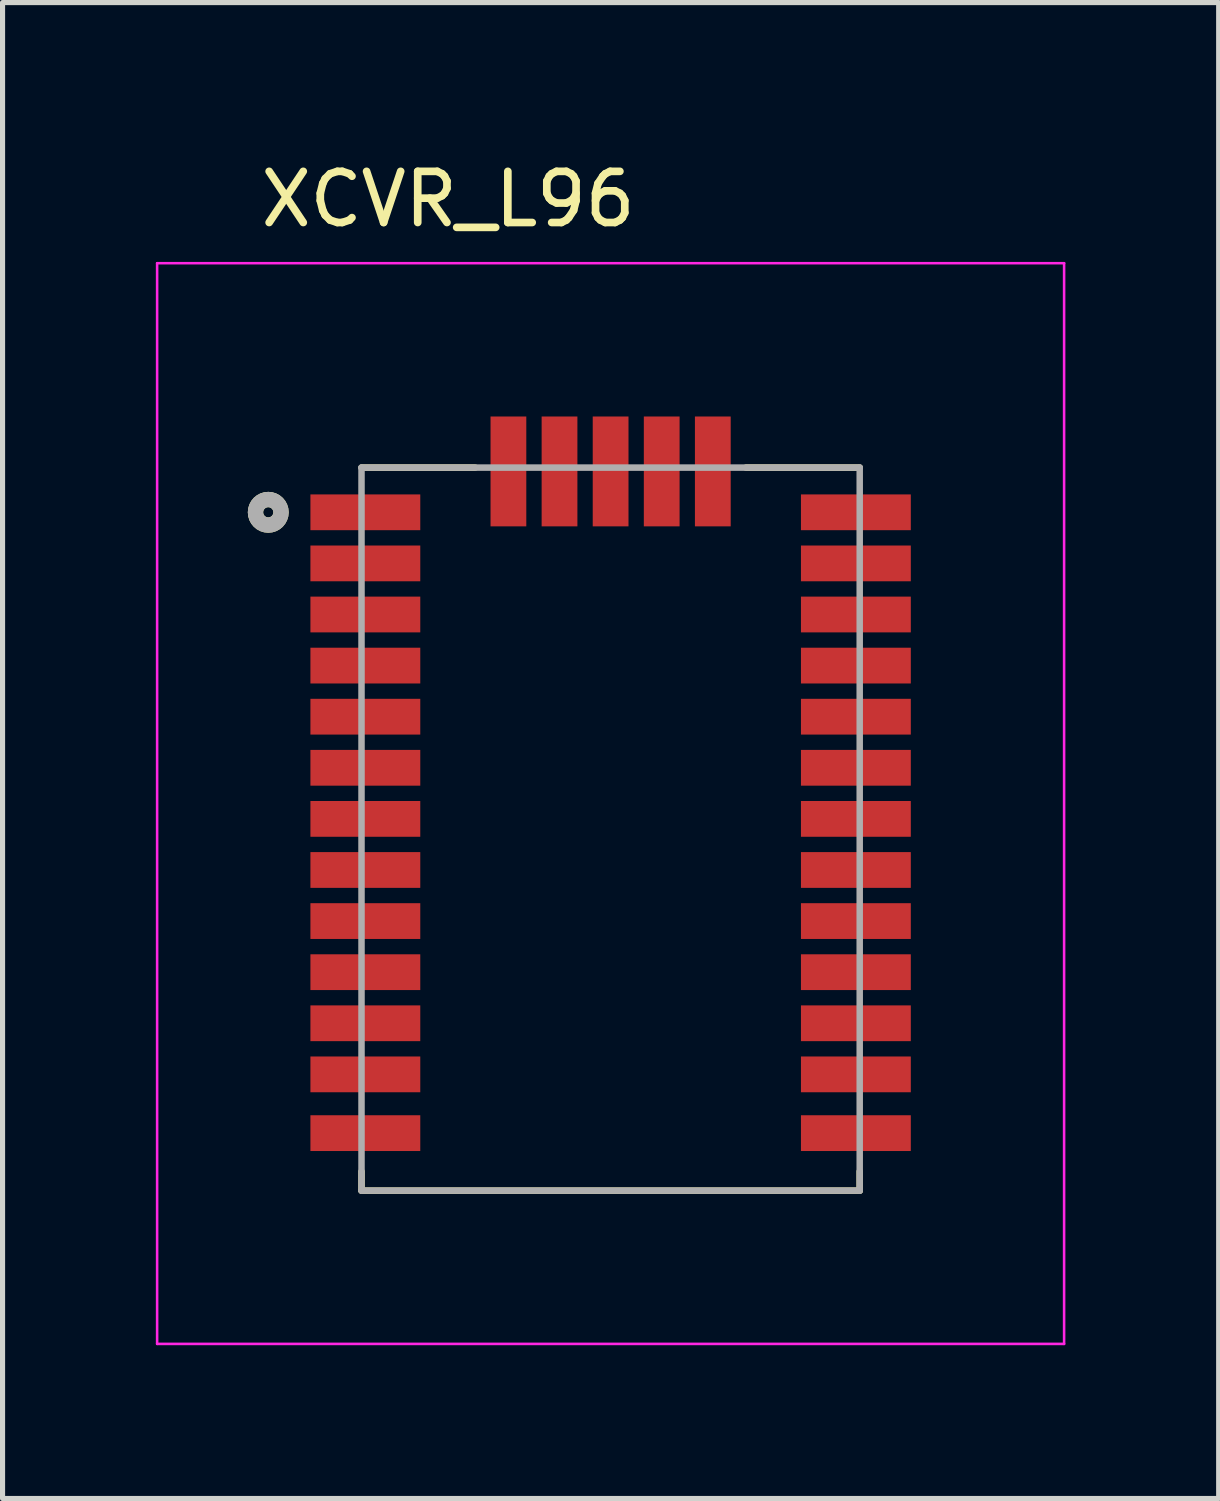
<source format=kicad_pcb>
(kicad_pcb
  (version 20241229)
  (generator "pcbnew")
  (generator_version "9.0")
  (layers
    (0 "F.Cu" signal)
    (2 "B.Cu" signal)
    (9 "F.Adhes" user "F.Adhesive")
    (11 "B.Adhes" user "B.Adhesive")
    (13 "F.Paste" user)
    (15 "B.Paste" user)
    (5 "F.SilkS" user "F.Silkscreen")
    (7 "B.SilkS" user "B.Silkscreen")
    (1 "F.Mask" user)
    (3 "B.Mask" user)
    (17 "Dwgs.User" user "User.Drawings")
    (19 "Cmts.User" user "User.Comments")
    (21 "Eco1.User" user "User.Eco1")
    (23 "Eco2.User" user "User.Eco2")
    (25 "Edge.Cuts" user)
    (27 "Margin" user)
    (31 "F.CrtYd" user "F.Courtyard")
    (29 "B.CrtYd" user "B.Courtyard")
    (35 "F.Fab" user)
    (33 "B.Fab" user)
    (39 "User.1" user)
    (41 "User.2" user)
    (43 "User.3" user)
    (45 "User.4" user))
  (footprint "XCVR_L96"
    (layer "F.Cu")
    (at 8.9 13.176)
    (property "Reference" "XCVR_L96" (at -3.179 -12.327 0) (layer "F.SilkS") (effects (font (size 1.001 1.001) (thickness 0.15))))
    (attr smd)
    (fp_line (start -4.875 -7.075) (end -2.65 -7.075) (stroke (width 0.127) (type solid)) (layer "F.SilkS"))
    (fp_line (start -4.875 6.7) (end -4.875 7.075) (stroke (width 0.127) (type solid)) (layer "F.SilkS"))
    (fp_line (start -4.875 7.075) (end 4.875 7.075) (stroke (width 0.127) (type solid)) (layer "F.SilkS"))
    (fp_line (start 2.65 -7.075) (end 4.875 -7.075) (stroke (width 0.127) (type solid)) (layer "F.SilkS"))
    (fp_line (start 4.875 7.075) (end 4.875 6.7) (stroke (width 0.127) (type solid)) (layer "F.SilkS"))
    (fp_circle (center -6.7 -6.2) (end -6.6 -6.2) (stroke (width 0.3) (type solid)) (fill no) (layer "F.SilkS"))
    (fp_poly (pts (xy -6.275 -6.55) (xy -3.825 -6.55) (xy -3.825 -5.85) (xy -6.275 -5.85)) (stroke (width 0.01) (type solid)) (fill yes) (layer "F.Paste"))
    (fp_poly (pts (xy -6.275 -5.55) (xy -3.825 -5.55) (xy -3.825 -4.85) (xy -6.275 -4.85)) (stroke (width 0.01) (type solid)) (fill yes) (layer "F.Paste"))
    (fp_poly (pts (xy -6.275 -4.55) (xy -3.825 -4.55) (xy -3.825 -3.85) (xy -6.275 -3.85)) (stroke (width 0.01) (type solid)) (fill yes) (layer "F.Paste"))
    (fp_poly (pts (xy -6.275 -3.55) (xy -3.825 -3.55) (xy -3.825 -2.85) (xy -6.275 -2.85)) (stroke (width 0.01) (type solid)) (fill yes) (layer "F.Paste"))
    (fp_poly (pts (xy -6.275 -2.55) (xy -3.825 -2.55) (xy -3.825 -1.85) (xy -6.275 -1.85)) (stroke (width 0.01) (type solid)) (fill yes) (layer "F.Paste"))
    (fp_poly (pts (xy -6.275 -1.55) (xy -3.825 -1.55) (xy -3.825 -0.85) (xy -6.275 -0.85)) (stroke (width 0.01) (type solid)) (fill yes) (layer "F.Paste"))
    (fp_poly (pts (xy -6.275 -0.55) (xy -3.825 -0.55) (xy -3.825 0.15) (xy -6.275 0.15)) (stroke (width 0.01) (type solid)) (fill yes) (layer "F.Paste"))
    (fp_poly (pts (xy -6.275 0.45) (xy -3.825 0.45) (xy -3.825 1.15) (xy -6.275 1.15)) (stroke (width 0.01) (type solid)) (fill yes) (layer "F.Paste"))
    (fp_poly (pts (xy -6.275 1.45) (xy -3.825 1.45) (xy -3.825 2.15) (xy -6.275 2.15)) (stroke (width 0.01) (type solid)) (fill yes) (layer "F.Paste"))
    (fp_poly (pts (xy -6.275 2.45) (xy -3.825 2.45) (xy -3.825 3.15) (xy -6.275 3.15)) (stroke (width 0.01) (type solid)) (fill yes) (layer "F.Paste"))
    (fp_poly (pts (xy -6.275 3.45) (xy -3.825 3.45) (xy -3.825 4.15) (xy -6.275 4.15)) (stroke (width 0.01) (type solid)) (fill yes) (layer "F.Paste"))
    (fp_poly (pts (xy -6.275 4.45) (xy -3.825 4.45) (xy -3.825 5.15) (xy -6.275 5.15)) (stroke (width 0.01) (type solid)) (fill yes) (layer "F.Paste"))
    (fp_poly (pts (xy -6.275 5.6) (xy -3.825 5.6) (xy -3.825 6.3) (xy -6.275 6.3)) (stroke (width 0.01) (type solid)) (fill yes) (layer "F.Paste"))
    (fp_poly (pts (xy -2.35 -8.475) (xy -1.65 -8.475) (xy -1.65 -6.025) (xy -2.35 -6.025)) (stroke (width 0.01) (type solid)) (fill yes) (layer "F.Paste"))
    (fp_poly (pts (xy -1.35 -8.475) (xy -0.65 -8.475) (xy -0.65 -6.025) (xy -1.35 -6.025)) (stroke (width 0.01) (type solid)) (fill yes) (layer "F.Paste"))
    (fp_poly (pts (xy -0.35 -8.475) (xy 0.35 -8.475) (xy 0.35 -6.025) (xy -0.35 -6.025)) (stroke (width 0.01) (type solid)) (fill yes) (layer "F.Paste"))
    (fp_poly (pts (xy 0.65 -8.475) (xy 1.35 -8.475) (xy 1.35 -6.025) (xy 0.65 -6.025)) (stroke (width 0.01) (type solid)) (fill yes) (layer "F.Paste"))
    (fp_poly (pts (xy 1.65 -8.475) (xy 2.35 -8.475) (xy 2.35 -6.025) (xy 1.65 -6.025)) (stroke (width 0.01) (type solid)) (fill yes) (layer "F.Paste"))
    (fp_poly (pts (xy 3.825 -6.55) (xy 6.275 -6.55) (xy 6.275 -5.85) (xy 3.825 -5.85)) (stroke (width 0.01) (type solid)) (fill yes) (layer "F.Paste"))
    (fp_poly (pts (xy 3.825 -5.55) (xy 6.275 -5.55) (xy 6.275 -4.85) (xy 3.825 -4.85)) (stroke (width 0.01) (type solid)) (fill yes) (layer "F.Paste"))
    (fp_poly (pts (xy 3.825 -4.55) (xy 6.275 -4.55) (xy 6.275 -3.85) (xy 3.825 -3.85)) (stroke (width 0.01) (type solid)) (fill yes) (layer "F.Paste"))
    (fp_poly (pts (xy 3.825 -3.55) (xy 6.275 -3.55) (xy 6.275 -2.85) (xy 3.825 -2.85)) (stroke (width 0.01) (type solid)) (fill yes) (layer "F.Paste"))
    (fp_poly (pts (xy 3.825 -2.55) (xy 6.275 -2.55) (xy 6.275 -1.85) (xy 3.825 -1.85)) (stroke (width 0.01) (type solid)) (fill yes) (layer "F.Paste"))
    (fp_poly (pts (xy 3.825 -1.55) (xy 6.275 -1.55) (xy 6.275 -0.85) (xy 3.825 -0.85)) (stroke (width 0.01) (type solid)) (fill yes) (layer "F.Paste"))
    (fp_poly (pts (xy 3.825 -0.55) (xy 6.275 -0.55) (xy 6.275 0.15) (xy 3.825 0.15)) (stroke (width 0.01) (type solid)) (fill yes) (layer "F.Paste"))
    (fp_poly (pts (xy 3.825 0.45) (xy 6.275 0.45) (xy 6.275 1.15) (xy 3.825 1.15)) (stroke (width 0.01) (type solid)) (fill yes) (layer "F.Paste"))
    (fp_poly (pts (xy 3.825 1.45) (xy 6.275 1.45) (xy 6.275 2.15) (xy 3.825 2.15)) (stroke (width 0.01) (type solid)) (fill yes) (layer "F.Paste"))
    (fp_poly (pts (xy 3.825 2.45) (xy 6.275 2.45) (xy 6.275 3.15) (xy 3.825 3.15)) (stroke (width 0.01) (type solid)) (fill yes) (layer "F.Paste"))
    (fp_poly (pts (xy 3.825 3.45) (xy 6.275 3.45) (xy 6.275 4.15) (xy 3.825 4.15)) (stroke (width 0.01) (type solid)) (fill yes) (layer "F.Paste"))
    (fp_poly (pts (xy 3.825 4.45) (xy 6.275 4.45) (xy 6.275 5.15) (xy 3.825 5.15)) (stroke (width 0.01) (type solid)) (fill yes) (layer "F.Paste"))
    (fp_poly (pts (xy 3.825 5.6) (xy 6.275 5.6) (xy 6.275 6.3) (xy 3.825 6.3)) (stroke (width 0.01) (type solid)) (fill yes) (layer "F.Paste"))
    (fp_line (start -8.875 -11.075) (end -8.875 10.075) (stroke (width 0.05) (type solid)) (layer "F.CrtYd"))
    (fp_line (start -8.875 10.075) (end 8.875 10.075) (stroke (width 0.05) (type solid)) (layer "F.CrtYd"))
    (fp_line (start 8.875 -11.075) (end -8.875 -11.075) (stroke (width 0.05) (type solid)) (layer "F.CrtYd"))
    (fp_line (start 8.875 10.075) (end 8.875 -11.075) (stroke (width 0.05) (type solid)) (layer "F.CrtYd"))
    (fp_line (start -4.875 -7.075) (end 4.875 -7.075) (stroke (width 0.127) (type solid)) (layer "F.Fab"))
    (fp_line (start -4.875 7.075) (end -4.875 -7.075) (stroke (width 0.127) (type solid)) (layer "F.Fab"))
    (fp_line (start 4.875 -7.075) (end 4.875 7.075) (stroke (width 0.127) (type solid)) (layer "F.Fab"))
    (fp_line (start 4.875 7.075) (end -4.875 7.075) (stroke (width 0.127) (type solid)) (layer "F.Fab"))
    (fp_circle (center -6.7 -6.2) (end -6.6 -6.2) (stroke (width 0.3) (type solid)) (fill no) (layer "F.Fab"))
    (pad "1" smd rect (at -4.8 -6.2) (size 2.15 0.7) (layers "F.Cu" "F.Mask"))
    (pad "2" smd rect (at -4.8 -5.2) (size 2.15 0.7) (layers "F.Cu" "F.Mask"))
    (pad "3" smd rect (at -4.8 -4.2) (size 2.15 0.7) (layers "F.Cu" "F.Mask"))
    (pad "4" smd rect (at -4.8 -3.2) (size 2.15 0.7) (layers "F.Cu" "F.Mask"))
    (pad "5" smd rect (at -4.8 -2.2) (size 2.15 0.7) (layers "F.Cu" "F.Mask"))
    (pad "6" smd rect (at -4.8 -1.2) (size 2.15 0.7) (layers "F.Cu" "F.Mask"))
    (pad "7" smd rect (at -4.8 -0.2) (size 2.15 0.7) (layers "F.Cu" "F.Mask"))
    (pad "8" smd rect (at -4.8 0.8) (size 2.15 0.7) (layers "F.Cu" "F.Mask"))
    (pad "9" smd rect (at -4.8 1.8) (size 2.15 0.7) (layers "F.Cu" "F.Mask"))
    (pad "10" smd rect (at -4.8 2.8) (size 2.15 0.7) (layers "F.Cu" "F.Mask"))
    (pad "11" smd rect (at -4.8 3.8) (size 2.15 0.7) (layers "F.Cu" "F.Mask"))
    (pad "12" smd rect (at -4.8 4.8) (size 2.15 0.7) (layers "F.Cu" "F.Mask"))
    (pad "13" smd rect (at -4.8 5.95) (size 2.15 0.7) (layers "F.Cu" "F.Mask"))
    (pad "14" smd rect (at 4.8 5.95) (size 2.15 0.7) (layers "F.Cu" "F.Mask"))
    (pad "15" smd rect (at 4.8 4.8) (size 2.15 0.7) (layers "F.Cu" "F.Mask"))
    (pad "16" smd rect (at 4.8 3.8) (size 2.15 0.7) (layers "F.Cu" "F.Mask"))
    (pad "17" smd rect (at 4.8 2.8) (size 2.15 0.7) (layers "F.Cu" "F.Mask"))
    (pad "18" smd rect (at 4.8 1.8) (size 2.15 0.7) (layers "F.Cu" "F.Mask"))
    (pad "19" smd rect (at 4.8 0.8) (size 2.15 0.7) (layers "F.Cu" "F.Mask"))
    (pad "20" smd rect (at 4.8 -0.2) (size 2.15 0.7) (layers "F.Cu" "F.Mask"))
    (pad "21" smd rect (at 4.8 -1.2) (size 2.15 0.7) (layers "F.Cu" "F.Mask"))
    (pad "22" smd rect (at 4.8 -2.2) (size 2.15 0.7) (layers "F.Cu" "F.Mask"))
    (pad "23" smd rect (at 4.8 -3.2) (size 2.15 0.7) (layers "F.Cu" "F.Mask"))
    (pad "24" smd rect (at 4.8 -4.2) (size 2.15 0.7) (layers "F.Cu" "F.Mask"))
    (pad "25" smd rect (at 4.8 -5.2) (size 2.15 0.7) (layers "F.Cu" "F.Mask"))
    (pad "26" smd rect (at 4.8 -6.2) (size 2.15 0.7) (layers "F.Cu" "F.Mask"))
    (pad "27" smd rect (at 2 -7 90) (size 2.15 0.7) (layers "F.Cu" "F.Mask"))
    (pad "28" smd rect (at 1 -7 90) (size 2.15 0.7) (layers "F.Cu" "F.Mask"))
    (pad "29" smd rect (at 0 -7 90) (size 2.15 0.7) (layers "F.Cu" "F.Mask"))
    (pad "30" smd rect (at -1 -7 90) (size 2.15 0.7) (layers "F.Cu" "F.Mask"))
    (pad "31" smd rect (at -2 -7 90) (size 2.15 0.7) (layers "F.Cu" "F.Mask")))
  (gr_rect
    (start -3 -3)
    (end 20.8 26.276)
    (stroke (width 0.1) (type default))
    (fill no)
    (layer "Edge.Cuts")))
</source>
